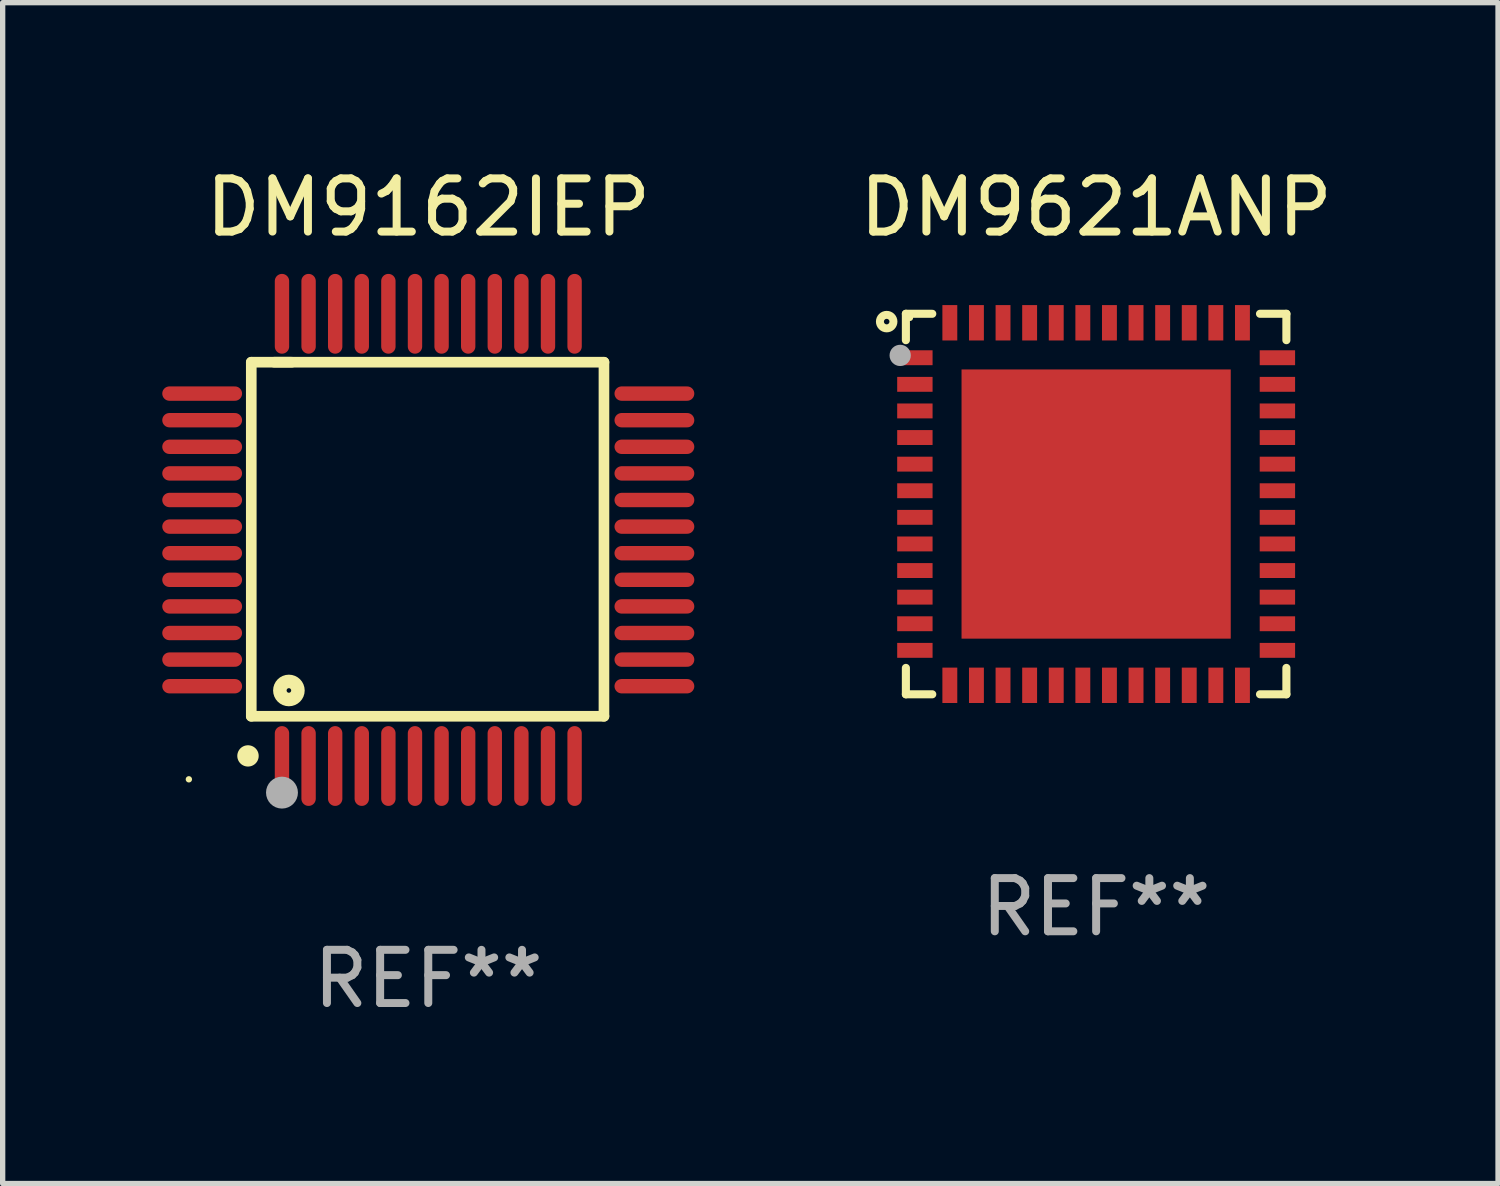
<source format=kicad_pcb>
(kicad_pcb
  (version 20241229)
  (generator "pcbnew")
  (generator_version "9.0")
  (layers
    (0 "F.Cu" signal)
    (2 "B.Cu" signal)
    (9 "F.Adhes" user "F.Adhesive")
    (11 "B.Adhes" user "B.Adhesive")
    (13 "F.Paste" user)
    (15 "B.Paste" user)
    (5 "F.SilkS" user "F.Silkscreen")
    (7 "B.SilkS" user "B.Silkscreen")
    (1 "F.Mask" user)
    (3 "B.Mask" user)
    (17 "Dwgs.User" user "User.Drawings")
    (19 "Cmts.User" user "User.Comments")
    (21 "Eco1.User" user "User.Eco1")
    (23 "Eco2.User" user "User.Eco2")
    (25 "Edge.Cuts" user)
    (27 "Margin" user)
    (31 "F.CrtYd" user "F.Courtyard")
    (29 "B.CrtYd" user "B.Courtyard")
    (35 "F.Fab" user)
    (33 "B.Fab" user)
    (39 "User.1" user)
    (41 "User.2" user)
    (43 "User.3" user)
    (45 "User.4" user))
  (footprint "DM9621ANP"
    (layer "F.Cu")
    (at 17.553 6.424)
    (property "Reference" "DM9621ANP" (at 0 -5.576 0) (layer "F.SilkS") (effects (font (size 1 1) (thickness 0.15))))
    (attr through_hole)
    (fp_line (start -3.576 -3.576) (end -3.576 -3.08) (stroke (width 0.152) (type solid)) (layer "F.SilkS"))
    (fp_line (start -3.576 3.576) (end -3.576 3.08) (stroke (width 0.152) (type solid)) (layer "F.SilkS"))
    (fp_line (start -3.08 -3.576) (end -3.576 -3.576) (stroke (width 0.152) (type solid)) (layer "F.SilkS"))
    (fp_line (start -3.08 3.576) (end -3.576 3.576) (stroke (width 0.152) (type solid)) (layer "F.SilkS"))
    (fp_line (start 3.08 -3.576) (end 3.576 -3.576) (stroke (width 0.152) (type solid)) (layer "F.SilkS"))
    (fp_line (start 3.08 3.576) (end 3.576 3.576) (stroke (width 0.152) (type solid)) (layer "F.SilkS"))
    (fp_line (start 3.576 -3.576) (end 3.576 -3.08) (stroke (width 0.152) (type solid)) (layer "F.SilkS"))
    (fp_line (start 3.576 3.576) (end 3.576 3.08) (stroke (width 0.152) (type solid)) (layer "F.SilkS"))
    (fp_circle (center -3.937 -3.429) (end -3.81 -3.429) (stroke (width 0.15) (type solid)) (fill no) (layer "F.SilkS"))
    (fp_circle (center -3.5 -3.5) (end -3.47 -3.5) (stroke (width 0.06) (type solid)) (fill no) (layer "F.SilkS"))
    (fp_circle (center -3.683 -2.794) (end -3.583 -2.794) (stroke (width 0.2) (type solid)) (fill no) (layer "F.Fab"))
    (fp_text user "REF**" (at 0 7.576 0) (layer "F.Fab") (effects (font (size 1 1) (thickness 0.15))))
    (pad "1" smd rect (at -3.407 -2.75) (size 0.665 0.28) (layers "F.Cu" "F.Mask" "F.Paste"))
    (pad "2" smd rect (at -3.407 -2.25) (size 0.665 0.28) (layers "F.Cu" "F.Mask" "F.Paste"))
    (pad "3" smd rect (at -3.407 -1.75) (size 0.665 0.28) (layers "F.Cu" "F.Mask" "F.Paste"))
    (pad "4" smd rect (at -3.407 -1.25) (size 0.665 0.28) (layers "F.Cu" "F.Mask" "F.Paste"))
    (pad "5" smd rect (at -3.407 -0.75) (size 0.665 0.28) (layers "F.Cu" "F.Mask" "F.Paste"))
    (pad "6" smd rect (at -3.407 -0.25) (size 0.665 0.28) (layers "F.Cu" "F.Mask" "F.Paste"))
    (pad "7" smd rect (at -3.407 0.25) (size 0.665 0.28) (layers "F.Cu" "F.Mask" "F.Paste"))
    (pad "8" smd rect (at -3.407 0.75) (size 0.665 0.28) (layers "F.Cu" "F.Mask" "F.Paste"))
    (pad "9" smd rect (at -3.407 1.25) (size 0.665 0.28) (layers "F.Cu" "F.Mask" "F.Paste"))
    (pad "10" smd rect (at -3.407 1.75) (size 0.665 0.28) (layers "F.Cu" "F.Mask" "F.Paste"))
    (pad "11" smd rect (at -3.407 2.25) (size 0.665 0.28) (layers "F.Cu" "F.Mask" "F.Paste"))
    (pad "12" smd rect (at -3.407 2.75) (size 0.665 0.28) (layers "F.Cu" "F.Mask" "F.Paste"))
    (pad "13" smd rect (at -2.75 3.407) (size 0.28 0.665) (layers "F.Cu" "F.Mask" "F.Paste"))
    (pad "14" smd rect (at -2.25 3.407) (size 0.28 0.665) (layers "F.Cu" "F.Mask" "F.Paste"))
    (pad "15" smd rect (at -1.75 3.407) (size 0.28 0.665) (layers "F.Cu" "F.Mask" "F.Paste"))
    (pad "16" smd rect (at -1.25 3.407) (size 0.28 0.665) (layers "F.Cu" "F.Mask" "F.Paste"))
    (pad "17" smd rect (at -0.75 3.407) (size 0.28 0.665) (layers "F.Cu" "F.Mask" "F.Paste"))
    (pad "18" smd rect (at -0.25 3.407) (size 0.28 0.665) (layers "F.Cu" "F.Mask" "F.Paste"))
    (pad "19" smd rect (at 0.25 3.407) (size 0.28 0.665) (layers "F.Cu" "F.Mask" "F.Paste"))
    (pad "20" smd rect (at 0.75 3.407) (size 0.28 0.665) (layers "F.Cu" "F.Mask" "F.Paste"))
    (pad "21" smd rect (at 1.25 3.407) (size 0.28 0.665) (layers "F.Cu" "F.Mask" "F.Paste"))
    (pad "22" smd rect (at 1.75 3.407) (size 0.28 0.665) (layers "F.Cu" "F.Mask" "F.Paste"))
    (pad "23" smd rect (at 2.25 3.407) (size 0.28 0.665) (layers "F.Cu" "F.Mask" "F.Paste"))
    (pad "24" smd rect (at 2.75 3.407) (size 0.28 0.665) (layers "F.Cu" "F.Mask" "F.Paste"))
    (pad "25" smd rect (at 3.407 2.75) (size 0.665 0.28) (layers "F.Cu" "F.Mask" "F.Paste"))
    (pad "26" smd rect (at 3.407 2.25) (size 0.665 0.28) (layers "F.Cu" "F.Mask" "F.Paste"))
    (pad "27" smd rect (at 3.407 1.75) (size 0.665 0.28) (layers "F.Cu" "F.Mask" "F.Paste"))
    (pad "28" smd rect (at 3.407 1.25) (size 0.665 0.28) (layers "F.Cu" "F.Mask" "F.Paste"))
    (pad "29" smd rect (at 3.407 0.75) (size 0.665 0.28) (layers "F.Cu" "F.Mask" "F.Paste"))
    (pad "30" smd rect (at 3.407 0.25) (size 0.665 0.28) (layers "F.Cu" "F.Mask" "F.Paste"))
    (pad "31" smd rect (at 3.407 -0.25) (size 0.665 0.28) (layers "F.Cu" "F.Mask" "F.Paste"))
    (pad "32" smd rect (at 3.407 -0.75) (size 0.665 0.28) (layers "F.Cu" "F.Mask" "F.Paste"))
    (pad "33" smd rect (at 3.407 -1.25) (size 0.665 0.28) (layers "F.Cu" "F.Mask" "F.Paste"))
    (pad "34" smd rect (at 3.407 -1.75) (size 0.665 0.28) (layers "F.Cu" "F.Mask" "F.Paste"))
    (pad "35" smd rect (at 3.407 -2.25) (size 0.665 0.28) (layers "F.Cu" "F.Mask" "F.Paste"))
    (pad "36" smd rect (at 3.407 -2.75) (size 0.665 0.28) (layers "F.Cu" "F.Mask" "F.Paste"))
    (pad "37" smd rect (at 2.75 -3.407) (size 0.28 0.665) (layers "F.Cu" "F.Mask" "F.Paste"))
    (pad "38" smd rect (at 2.25 -3.407) (size 0.28 0.665) (layers "F.Cu" "F.Mask" "F.Paste"))
    (pad "39" smd rect (at 1.75 -3.407) (size 0.28 0.665) (layers "F.Cu" "F.Mask" "F.Paste"))
    (pad "40" smd rect (at 1.25 -3.407) (size 0.28 0.665) (layers "F.Cu" "F.Mask" "F.Paste"))
    (pad "41" smd rect (at 0.75 -3.407) (size 0.28 0.665) (layers "F.Cu" "F.Mask" "F.Paste"))
    (pad "42" smd rect (at 0.25 -3.407) (size 0.28 0.665) (layers "F.Cu" "F.Mask" "F.Paste"))
    (pad "43" smd rect (at -0.25 -3.407) (size 0.28 0.665) (layers "F.Cu" "F.Mask" "F.Paste"))
    (pad "44" smd rect (at -0.75 -3.407) (size 0.28 0.665) (layers "F.Cu" "F.Mask" "F.Paste"))
    (pad "45" smd rect (at -1.25 -3.407) (size 0.28 0.665) (layers "F.Cu" "F.Mask" "F.Paste"))
    (pad "46" smd rect (at -1.75 -3.407) (size 0.28 0.665) (layers "F.Cu" "F.Mask" "F.Paste"))
    (pad "47" smd rect (at -2.25 -3.407) (size 0.28 0.665) (layers "F.Cu" "F.Mask" "F.Paste"))
    (pad "48" smd rect (at -2.75 -3.407) (size 0.28 0.665) (layers "F.Cu" "F.Mask" "F.Paste"))
    (pad "49" smd rect (at 0 0) (size 5.06 5.06) (layers "F.Cu" "F.Mask" "F.Paste")))
  (footprint "DM9162IEP"
    (layer "F.Cu")
    (at 5 7.098)
    (property "Reference" "DM9162IEP" (at 0 -6.25 0) (layer "F.SilkS") (effects (font (size 1 1) (thickness 0.15))))
    (attr through_hole)
    (fp_line (start -3.327 -3.34) (end -2.565 -3.34) (stroke (width 0.2) (type solid)) (layer "F.SilkS"))
    (fp_line (start -3.327 3.315) (end -3.327 -3.34) (stroke (width 0.2) (type solid)) (layer "F.SilkS"))
    (fp_line (start -2.896 -3.34) (end 3.302 -3.34) (stroke (width 0.2) (type solid)) (layer "F.SilkS"))
    (fp_line (start 3.302 -3.34) (end 3.302 3.315) (stroke (width 0.2) (type solid)) (layer "F.SilkS"))
    (fp_line (start 3.302 3.315) (end -3.327 3.315) (stroke (width 0.2) (type solid)) (layer "F.SilkS"))
    (fp_arc (start -3.389992 4.059995) (mid -3.388722 4.059991) (end -3.387452 4.059995) (stroke (width 0.4) (type solid)) (layer "F.SilkS"))
    (fp_circle (center -4.5 4.5) (end -4.47 4.5) (stroke (width 0.06) (type solid)) (fill no) (layer "F.SilkS"))
    (fp_circle (center -2.62 2.83) (end -2.45 2.83) (stroke (width 0.254) (type solid)) (fill no) (layer "F.SilkS"))
    (fp_circle (center -2.75 4.75) (end -2.6 4.75) (stroke (width 0.3) (type solid)) (fill no) (layer "F.Fab"))
    (fp_text user "REF**" (at 0 8.25 0) (layer "F.Fab") (effects (font (size 1 1) (thickness 0.15))))
    (pad "1" smd oval (at -2.75 4.25) (size 0.27 1.5) (layers "F.Cu" "F.Mask" "F.Paste"))
    (pad "2" smd oval (at -2.25 4.25) (size 0.27 1.5) (layers "F.Cu" "F.Mask" "F.Paste"))
    (pad "3" smd oval (at -1.75 4.25) (size 0.27 1.5) (layers "F.Cu" "F.Mask" "F.Paste"))
    (pad "4" smd oval (at -1.25 4.25) (size 0.27 1.5) (layers "F.Cu" "F.Mask" "F.Paste"))
    (pad "5" smd oval (at -0.75 4.25) (size 0.27 1.5) (layers "F.Cu" "F.Mask" "F.Paste"))
    (pad "6" smd oval (at -0.25 4.25) (size 0.27 1.5) (layers "F.Cu" "F.Mask" "F.Paste"))
    (pad "7" smd oval (at 0.25 4.25) (size 0.27 1.5) (layers "F.Cu" "F.Mask" "F.Paste"))
    (pad "8" smd oval (at 0.75 4.25) (size 0.27 1.5) (layers "F.Cu" "F.Mask" "F.Paste"))
    (pad "9" smd oval (at 1.25 4.25) (size 0.27 1.5) (layers "F.Cu" "F.Mask" "F.Paste"))
    (pad "10" smd oval (at 1.75 4.25) (size 0.27 1.5) (layers "F.Cu" "F.Mask" "F.Paste"))
    (pad "11" smd oval (at 2.25 4.25) (size 0.27 1.5) (layers "F.Cu" "F.Mask" "F.Paste"))
    (pad "12" smd oval (at 2.75 4.25) (size 0.27 1.5) (layers "F.Cu" "F.Mask" "F.Paste"))
    (pad "13" smd oval (at 4.25 2.75) (size 1.5 0.27) (layers "F.Cu" "F.Mask" "F.Paste"))
    (pad "14" smd oval (at 4.25 2.25) (size 1.5 0.27) (layers "F.Cu" "F.Mask" "F.Paste"))
    (pad "15" smd oval (at 4.25 1.75) (size 1.5 0.27) (layers "F.Cu" "F.Mask" "F.Paste"))
    (pad "16" smd oval (at 4.25 1.25) (size 1.5 0.27) (layers "F.Cu" "F.Mask" "F.Paste"))
    (pad "17" smd oval (at 4.25 0.75) (size 1.5 0.27) (layers "F.Cu" "F.Mask" "F.Paste"))
    (pad "18" smd oval (at 4.25 0.25) (size 1.5 0.27) (layers "F.Cu" "F.Mask" "F.Paste"))
    (pad "19" smd oval (at 4.25 -0.25) (size 1.5 0.27) (layers "F.Cu" "F.Mask" "F.Paste"))
    (pad "20" smd oval (at 4.25 -0.75) (size 1.5 0.27) (layers "F.Cu" "F.Mask" "F.Paste"))
    (pad "21" smd oval (at 4.25 -1.25) (size 1.5 0.27) (layers "F.Cu" "F.Mask" "F.Paste"))
    (pad "22" smd oval (at 4.25 -1.75) (size 1.5 0.27) (layers "F.Cu" "F.Mask" "F.Paste"))
    (pad "23" smd oval (at 4.25 -2.25) (size 1.5 0.27) (layers "F.Cu" "F.Mask" "F.Paste"))
    (pad "24" smd oval (at 4.25 -2.75) (size 1.5 0.27) (layers "F.Cu" "F.Mask" "F.Paste"))
    (pad "25" smd oval (at 2.75 -4.25) (size 0.27 1.5) (layers "F.Cu" "F.Mask" "F.Paste"))
    (pad "26" smd oval (at 2.25 -4.25) (size 0.27 1.5) (layers "F.Cu" "F.Mask" "F.Paste"))
    (pad "27" smd oval (at 1.75 -4.25) (size 0.27 1.5) (layers "F.Cu" "F.Mask" "F.Paste"))
    (pad "28" smd oval (at 1.25 -4.25) (size 0.27 1.5) (layers "F.Cu" "F.Mask" "F.Paste"))
    (pad "29" smd oval (at 0.75 -4.25) (size 0.27 1.5) (layers "F.Cu" "F.Mask" "F.Paste"))
    (pad "30" smd oval (at 0.25 -4.25) (size 0.27 1.5) (layers "F.Cu" "F.Mask" "F.Paste"))
    (pad "31" smd oval (at -0.25 -4.25) (size 0.27 1.5) (layers "F.Cu" "F.Mask" "F.Paste"))
    (pad "32" smd oval (at -0.75 -4.25) (size 0.27 1.5) (layers "F.Cu" "F.Mask" "F.Paste"))
    (pad "33" smd oval (at -1.25 -4.25) (size 0.27 1.5) (layers "F.Cu" "F.Mask" "F.Paste"))
    (pad "34" smd oval (at -1.75 -4.25) (size 0.27 1.5) (layers "F.Cu" "F.Mask" "F.Paste"))
    (pad "35" smd oval (at -2.25 -4.25) (size 0.27 1.5) (layers "F.Cu" "F.Mask" "F.Paste"))
    (pad "36" smd oval (at -2.75 -4.25) (size 0.27 1.5) (layers "F.Cu" "F.Mask" "F.Paste"))
    (pad "37" smd oval (at -4.25 -2.75) (size 1.5 0.27) (layers "F.Cu" "F.Mask" "F.Paste"))
    (pad "38" smd oval (at -4.25 -2.25) (size 1.5 0.27) (layers "F.Cu" "F.Mask" "F.Paste"))
    (pad "39" smd oval (at -4.25 -1.75) (size 1.5 0.27) (layers "F.Cu" "F.Mask" "F.Paste"))
    (pad "40" smd oval (at -4.25 -1.25) (size 1.5 0.27) (layers "F.Cu" "F.Mask" "F.Paste"))
    (pad "41" smd oval (at -4.25 -0.75) (size 1.5 0.27) (layers "F.Cu" "F.Mask" "F.Paste"))
    (pad "42" smd oval (at -4.25 -0.25) (size 1.5 0.27) (layers "F.Cu" "F.Mask" "F.Paste"))
    (pad "43" smd oval (at -4.25 0.25) (size 1.5 0.27) (layers "F.Cu" "F.Mask" "F.Paste"))
    (pad "44" smd oval (at -4.25 0.75) (size 1.5 0.27) (layers "F.Cu" "F.Mask" "F.Paste"))
    (pad "45" smd oval (at -4.25 1.25) (size 1.5 0.27) (layers "F.Cu" "F.Mask" "F.Paste"))
    (pad "46" smd oval (at -4.25 1.75) (size 1.5 0.27) (layers "F.Cu" "F.Mask" "F.Paste"))
    (pad "47" smd oval (at -4.25 2.25) (size 1.5 0.27) (layers "F.Cu" "F.Mask" "F.Paste"))
    (pad "48" smd oval (at -4.25 2.75) (size 1.5 0.27) (layers "F.Cu" "F.Mask" "F.Paste")))
  (gr_rect
    (start -3 -3)
    (end 25.107 19.196)
    (stroke (width 0.1) (type default))
    (fill no)
    (layer "Edge.Cuts")))
</source>
